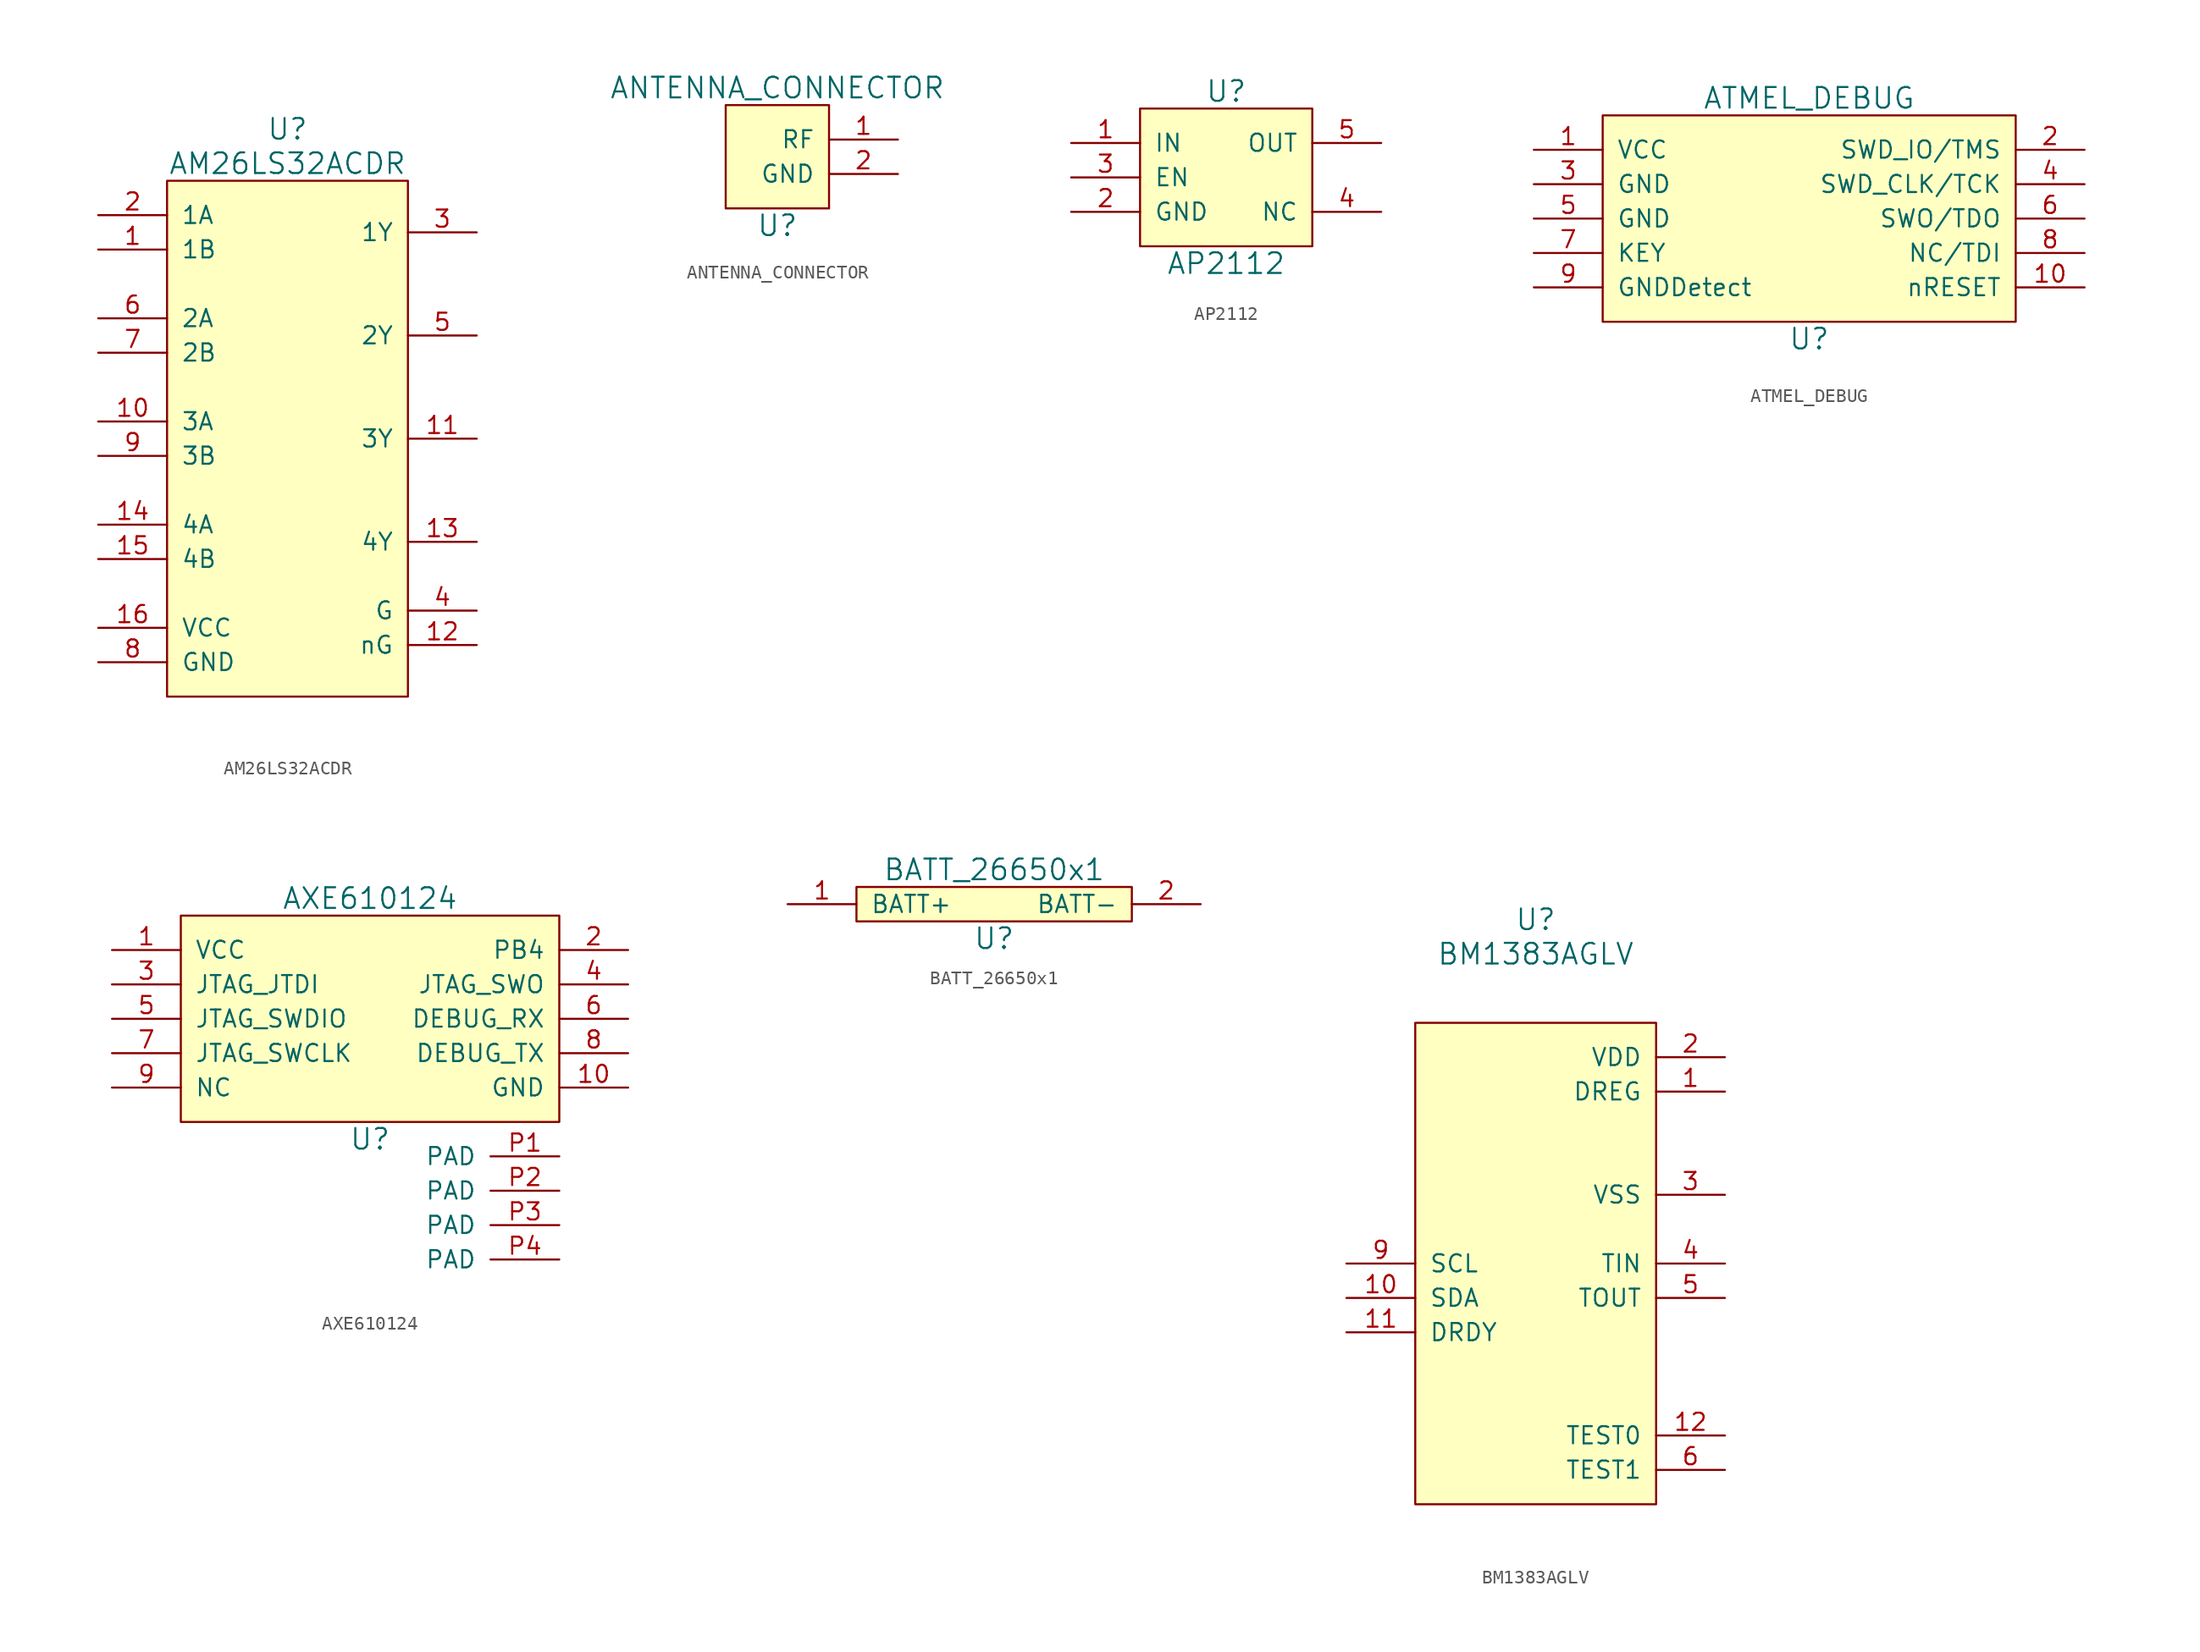
<source format=kicad_sym>
(kicad_symbol_lib
  (version 20211014)
  (generator kicad_symbol_editor)
  (symbol "AM26LS32ACDR"
    (pin_names
      (offset 1.016))
    (property "Reference" "U"
      (at 0 15.24 0)
      (effects (font (size 1.524 1.524))))
    (property "Value" "AM26LS32ACDR"
      (at 0 12.7 0)
      (effects (font (size 1.524 1.524))))
    (property "Footprint" ""
      (at -8.89 8.89 0)
      (effects (font (size 1.524 1.524))))
    (property "Datasheet" ""
      (at -8.89 8.89 0)
      (effects (font (size 1.524 1.524))))
    (symbol "AM26LS32ACDR_0_1"
      (rectangle (start -8.89 11.43) (end 8.89 -26.67) (stroke (width 0) (type default) (color 0 0 0 0)) (fill (type background))))
    (symbol "AM26LS32ACDR_1_1"
      (pin input line (at -13.97 6.35 0) (length 5.08) (name "1B" (effects (font (size 1.27 1.27)))) (number "1" (effects (font (size 1.27 1.27)))))
      (pin input line (at -13.97 -6.35 0) (length 5.08) (name "3A" (effects (font (size 1.27 1.27)))) (number "10" (effects (font (size 1.27 1.27)))))
      (pin input line (at 13.97 -7.62 180) (length 5.08) (name "3Y" (effects (font (size 1.27 1.27)))) (number "11" (effects (font (size 1.27 1.27)))))
      (pin input line (at 13.97 -22.86 180) (length 5.08) (name "nG" (effects (font (size 1.27 1.27)))) (number "12" (effects (font (size 1.27 1.27)))))
      (pin input line (at 13.97 -15.24 180) (length 5.08) (name "4Y" (effects (font (size 1.27 1.27)))) (number "13" (effects (font (size 1.27 1.27)))))
      (pin input line (at -13.97 -13.97 0) (length 5.08) (name "4A" (effects (font (size 1.27 1.27)))) (number "14" (effects (font (size 1.27 1.27)))))
      (pin input line (at -13.97 -16.51 0) (length 5.08) (name "4B" (effects (font (size 1.27 1.27)))) (number "15" (effects (font (size 1.27 1.27)))))
      (pin input line (at -13.97 -21.59 0) (length 5.08) (name "VCC" (effects (font (size 1.27 1.27)))) (number "16" (effects (font (size 1.27 1.27)))))
      (pin input line (at -13.97 8.89 0) (length 5.08) (name "1A" (effects (font (size 1.27 1.27)))) (number "2" (effects (font (size 1.27 1.27)))))
      (pin input line (at 13.97 7.62 180) (length 5.08) (name "1Y" (effects (font (size 1.27 1.27)))) (number "3" (effects (font (size 1.27 1.27)))))
      (pin input line (at 13.97 -20.32 180) (length 5.08) (name "G" (effects (font (size 1.27 1.27)))) (number "4" (effects (font (size 1.27 1.27)))))
      (pin input line (at 13.97 0 180) (length 5.08) (name "2Y" (effects (font (size 1.27 1.27)))) (number "5" (effects (font (size 1.27 1.27)))))
      (pin input line (at -13.97 1.27 0) (length 5.08) (name "2A" (effects (font (size 1.27 1.27)))) (number "6" (effects (font (size 1.27 1.27)))))
      (pin input line (at -13.97 -1.27 0) (length 5.08) (name "2B" (effects (font (size 1.27 1.27)))) (number "7" (effects (font (size 1.27 1.27)))))
      (pin input line (at -13.97 -24.13 0) (length 5.08) (name "GND" (effects (font (size 1.27 1.27)))) (number "8" (effects (font (size 1.27 1.27)))))
      (pin input line (at -13.97 -8.89 0) (length 5.08) (name "3B" (effects (font (size 1.27 1.27)))) (number "9" (effects (font (size 1.27 1.27)))))))
  (symbol "ANTENNA_CONNECTOR"
    (pin_names
      (offset 1.016))
    (property "Reference" "U"
      (at -3.81 -5.08 0)
      (effects (font (size 1.524 1.524))))
    (property "Value" "ANTENNA_CONNECTOR"
      (at -3.81 5.08 0)
      (effects (font (size 1.524 1.524))))
    (property "Footprint" ""
      (at 0 0 0)
      (effects (font (size 1.524 1.524))))
    (property "Datasheet" ""
      (at 0 0 0)
      (effects (font (size 1.524 1.524))))
    (symbol "ANTENNA_CONNECTOR_0_1"
      (rectangle (start 0 3.81) (end -7.62 -3.81) (stroke (width 0) (type default) (color 0 0 0 0)) (fill (type background))))
    (symbol "ANTENNA_CONNECTOR_1_1"
      (pin input line (at 5.08 1.27 180) (length 5.08) (name "RF" (effects (font (size 1.27 1.27)))) (number "1" (effects (font (size 1.27 1.27)))))
      (pin input line (at 5.08 -1.27 180) (length 5.08) (name "GND" (effects (font (size 1.27 1.27)))) (number "2" (effects (font (size 1.27 1.27)))))))
  (symbol "AP2112"
    (pin_names
      (offset 1.016))
    (property "Reference" "U"
      (at 0 6.35 0)
      (effects (font (size 1.524 1.524))))
    (property "Value" "AP2112"
      (at 0 -6.35 0)
      (effects (font (size 1.524 1.524))))
    (symbol "AP2112_0_1"
      (rectangle (start -6.35 5.08) (end 6.35 -5.08) (stroke (width 0) (type default) (color 0 0 0 0)) (fill (type background))))
    (symbol "AP2112_1_1"
      (pin input line (at -11.43 2.54 0) (length 5.08) (name "IN" (effects (font (size 1.27 1.27)))) (number "1" (effects (font (size 1.27 1.27)))))
      (pin input line (at -11.43 -2.54 0) (length 5.08) (name "GND" (effects (font (size 1.27 1.27)))) (number "2" (effects (font (size 1.27 1.27)))))
      (pin input line (at -11.43 0 0) (length 5.08) (name "EN" (effects (font (size 1.27 1.27)))) (number "3" (effects (font (size 1.27 1.27)))))
      (pin input line (at 11.43 -2.54 180) (length 5.08) (name "NC" (effects (font (size 1.27 1.27)))) (number "4" (effects (font (size 1.27 1.27)))))
      (pin input line (at 11.43 2.54 180) (length 5.08) (name "OUT" (effects (font (size 1.27 1.27)))) (number "5" (effects (font (size 1.27 1.27)))))))
  (symbol "ATMEL_DEBUG"
    (pin_names
      (offset 1.016))
    (property "Reference" "U"
      (at 0 -8.89 0)
      (effects (font (size 1.524 1.524))))
    (property "Value" "ATMEL_DEBUG"
      (at 0 8.89 0)
      (effects (font (size 1.524 1.524))))
    (property "Footprint" ""
      (at 0 0 0)
      (effects (font (size 1.524 1.524))))
    (property "Datasheet" ""
      (at 0 0 0)
      (effects (font (size 1.524 1.524))))
    (symbol "ATMEL_DEBUG_0_1"
      (rectangle (start -15.24 7.62) (end 15.24 -7.62) (stroke (width 0) (type default) (color 0 0 0 0)) (fill (type background))))
    (symbol "ATMEL_DEBUG_1_1"
      (pin input line (at -20.32 5.08 0) (length 5.08) (name "VCC" (effects (font (size 1.27 1.27)))) (number "1" (effects (font (size 1.27 1.27)))))
      (pin input line (at 20.32 -5.08 180) (length 5.08) (name "nRESET" (effects (font (size 1.27 1.27)))) (number "10" (effects (font (size 1.27 1.27)))))
      (pin input line (at 20.32 5.08 180) (length 5.08) (name "SWD_IO/TMS" (effects (font (size 1.27 1.27)))) (number "2" (effects (font (size 1.27 1.27)))))
      (pin input line (at -20.32 2.54 0) (length 5.08) (name "GND" (effects (font (size 1.27 1.27)))) (number "3" (effects (font (size 1.27 1.27)))))
      (pin input line (at 20.32 2.54 180) (length 5.08) (name "SWD_CLK/TCK" (effects (font (size 1.27 1.27)))) (number "4" (effects (font (size 1.27 1.27)))))
      (pin input line (at -20.32 0 0) (length 5.08) (name "GND" (effects (font (size 1.27 1.27)))) (number "5" (effects (font (size 1.27 1.27)))))
      (pin input line (at 20.32 0 180) (length 5.08) (name "SWO/TDO" (effects (font (size 1.27 1.27)))) (number "6" (effects (font (size 1.27 1.27)))))
      (pin input line (at -20.32 -2.54 0) (length 5.08) (name "KEY" (effects (font (size 1.27 1.27)))) (number "7" (effects (font (size 1.27 1.27)))))
      (pin input line (at 20.32 -2.54 180) (length 5.08) (name "NC/TDI" (effects (font (size 1.27 1.27)))) (number "8" (effects (font (size 1.27 1.27)))))
      (pin input line (at -20.32 -5.08 0) (length 5.08) (name "GNDDetect" (effects (font (size 1.27 1.27)))) (number "9" (effects (font (size 1.27 1.27)))))))
  (symbol "AXE610124"
    (pin_names
      (offset 1.016))
    (property "Reference" "U"
      (at 0 -8.89 0)
      (effects (font (size 1.524 1.524))))
    (property "Value" "AXE610124"
      (at 0 8.89 0)
      (effects (font (size 1.524 1.524))))
    (property "Footprint" ""
      (at 0 0 0)
      (effects (font (size 1.524 1.524))))
    (property "Datasheet" ""
      (at 0 0 0)
      (effects (font (size 1.524 1.524))))
    (symbol "AXE610124_0_1"
      (rectangle (start -13.97 7.62) (end 13.97 -7.62) (stroke (width 0) (type default) (color 0 0 0 0)) (fill (type background))))
    (symbol "AXE610124_1_1"
      (pin input line (at -19.05 5.08 0) (length 5.08) (name "VCC" (effects (font (size 1.27 1.27)))) (number "1" (effects (font (size 1.27 1.27)))))
      (pin input line (at 19.05 -5.08 180) (length 5.08) (name "GND" (effects (font (size 1.27 1.27)))) (number "10" (effects (font (size 1.27 1.27)))))
      (pin input line (at 19.05 5.08 180) (length 5.08) (name "PB4" (effects (font (size 1.27 1.27)))) (number "2" (effects (font (size 1.27 1.27)))))
      (pin input line (at -19.05 2.54 0) (length 5.08) (name "JTAG_JTDI" (effects (font (size 1.27 1.27)))) (number "3" (effects (font (size 1.27 1.27)))))
      (pin input line (at 19.05 2.54 180) (length 5.08) (name "JTAG_SWO" (effects (font (size 1.27 1.27)))) (number "4" (effects (font (size 1.27 1.27)))))
      (pin input line (at -19.05 0 0) (length 5.08) (name "JTAG_SWDIO" (effects (font (size 1.27 1.27)))) (number "5" (effects (font (size 1.27 1.27)))))
      (pin input line (at 19.05 0 180) (length 5.08) (name "DEBUG_RX" (effects (font (size 1.27 1.27)))) (number "6" (effects (font (size 1.27 1.27)))))
      (pin input line (at -19.05 -2.54 0) (length 5.08) (name "JTAG_SWCLK" (effects (font (size 1.27 1.27)))) (number "7" (effects (font (size 1.27 1.27)))))
      (pin input line (at 19.05 -2.54 180) (length 5.08) (name "DEBUG_TX" (effects (font (size 1.27 1.27)))) (number "8" (effects (font (size 1.27 1.27)))))
      (pin input line (at -19.05 -5.08 0) (length 5.08) (name "NC" (effects (font (size 1.27 1.27)))) (number "9" (effects (font (size 1.27 1.27)))))
      (pin input line (at 13.97 -10.16 180) (length 5.08) (name "PAD" (effects (font (size 1.27 1.27)))) (number "P1" (effects (font (size 1.27 1.27)))))
      (pin input line (at 13.97 -12.7 180) (length 5.08) (name "PAD" (effects (font (size 1.27 1.27)))) (number "P2" (effects (font (size 1.27 1.27)))))
      (pin input line (at 13.97 -15.24 180) (length 5.08) (name "PAD" (effects (font (size 1.27 1.27)))) (number "P3" (effects (font (size 1.27 1.27)))))
      (pin input line (at 13.97 -17.78 180) (length 5.08) (name "PAD" (effects (font (size 1.27 1.27)))) (number "P4" (effects (font (size 1.27 1.27)))))))
  (symbol "BATT_26650x1"
    (pin_names
      (offset 1.016))
    (property "Reference" "U"
      (at 0 -2.54 0)
      (effects (font (size 1.524 1.524))))
    (property "Value" "BATT_26650x1"
      (at 0 2.54 0)
      (effects (font (size 1.524 1.524))))
    (property "Footprint" ""
      (at 0 0 0)
      (effects (font (size 1.524 1.524))))
    (property "Datasheet" ""
      (at 0 0 0)
      (effects (font (size 1.524 1.524))))
    (symbol "BATT_26650x1_0_1"
      (rectangle (start -10.16 1.27) (end 10.16 -1.27) (stroke (width 0) (type default) (color 0 0 0 0)) (fill (type background))))
    (symbol "BATT_26650x1_1_1"
      (pin input line (at -15.24 0 0) (length 5.08) (name "BATT+" (effects (font (size 1.27 1.27)))) (number "1" (effects (font (size 1.27 1.27)))))
      (pin input line (at 15.24 0 180) (length 5.08) (name "BATT-" (effects (font (size 1.27 1.27)))) (number "2" (effects (font (size 1.27 1.27)))))))
  (symbol "BM1383AGLV"
    (pin_names
      (offset 1.016))
    (property "Reference" "U"
      (at 0 27.94 0)
      (effects (font (size 1.524 1.524))))
    (property "Value" "BM1383AGLV"
      (at 0 25.4 0)
      (effects (font (size 1.524 1.524))))
    (symbol "BM1383AGLV_0_1"
      (rectangle (start -8.89 20.32) (end 8.89 -15.24) (stroke (width 0) (type default) (color 0 0 0 0)) (fill (type background))))
    (symbol "BM1383AGLV_1_1"
      (pin passive line (at 13.97 15.24 180) (length 5.08) (name "DREG" (effects (font (size 1.27 1.27)))) (number "1" (effects (font (size 1.27 1.27)))))
      (pin bidirectional line (at -13.97 0 0) (length 5.08) (name "SDA" (effects (font (size 1.27 1.27)))) (number "10" (effects (font (size 1.27 1.27)))))
      (pin output line (at -13.97 -2.54 0) (length 5.08) (name "DRDY" (effects (font (size 1.27 1.27)))) (number "11" (effects (font (size 1.27 1.27)))))
      (pin input line (at 13.97 -10.16 180) (length 5.08) (name "TEST0" (effects (font (size 1.27 1.27)))) (number "12" (effects (font (size 1.27 1.27)))))
      (pin power_in line (at 13.97 17.78 180) (length 5.08) (name "VDD" (effects (font (size 1.27 1.27)))) (number "2" (effects (font (size 1.27 1.27)))))
      (pin power_in line (at 13.97 7.62 180) (length 5.08) (name "VSS" (effects (font (size 1.27 1.27)))) (number "3" (effects (font (size 1.27 1.27)))))
      (pin input line (at 13.97 2.54 180) (length 5.08) (name "TIN" (effects (font (size 1.27 1.27)))) (number "4" (effects (font (size 1.27 1.27)))))
      (pin output line (at 13.97 0 180) (length 5.08) (name "TOUT" (effects (font (size 1.27 1.27)))) (number "5" (effects (font (size 1.27 1.27)))))
      (pin input line (at 13.97 -12.7 180) (length 5.08) (name "TEST1" (effects (font (size 1.27 1.27)))) (number "6" (effects (font (size 1.27 1.27)))))
      (pin no_connect line (at 13.97 -5.08 180) (length 5.08) hide (name "NC0" (effects (font (size 1.27 1.27)))) (number "7" (effects (font (size 1.27 1.27)))))
      (pin no_connect line (at 13.97 -2.54 180) (length 5.08) hide (name "NC1" (effects (font (size 1.27 1.27)))) (number "8" (effects (font (size 1.27 1.27)))))
      (pin bidirectional line (at -13.97 2.54 0) (length 5.08) (name "SCL" (effects (font (size 1.27 1.27)))) (number "9" (effects (font (size 1.27 1.27))))))))
</source>
